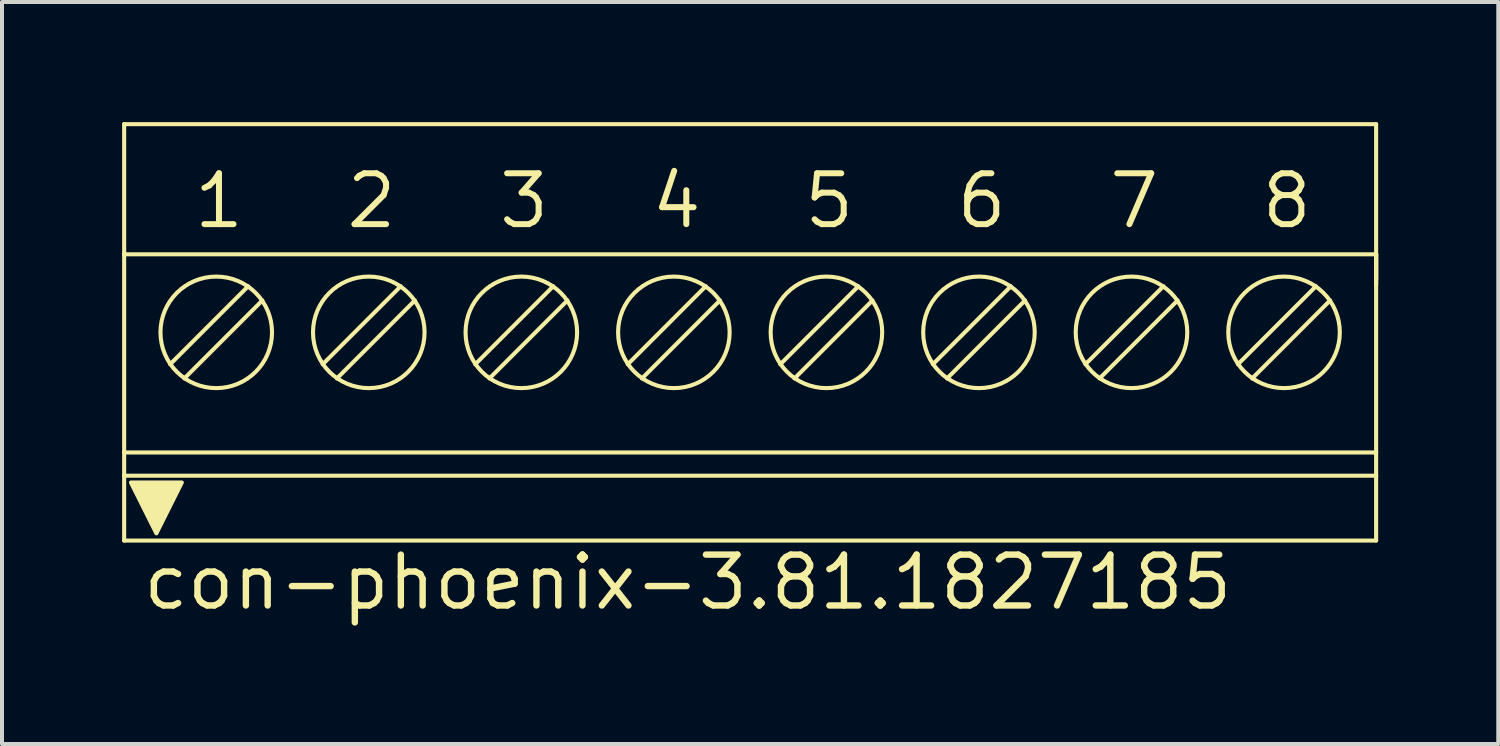
<source format=kicad_pcb>
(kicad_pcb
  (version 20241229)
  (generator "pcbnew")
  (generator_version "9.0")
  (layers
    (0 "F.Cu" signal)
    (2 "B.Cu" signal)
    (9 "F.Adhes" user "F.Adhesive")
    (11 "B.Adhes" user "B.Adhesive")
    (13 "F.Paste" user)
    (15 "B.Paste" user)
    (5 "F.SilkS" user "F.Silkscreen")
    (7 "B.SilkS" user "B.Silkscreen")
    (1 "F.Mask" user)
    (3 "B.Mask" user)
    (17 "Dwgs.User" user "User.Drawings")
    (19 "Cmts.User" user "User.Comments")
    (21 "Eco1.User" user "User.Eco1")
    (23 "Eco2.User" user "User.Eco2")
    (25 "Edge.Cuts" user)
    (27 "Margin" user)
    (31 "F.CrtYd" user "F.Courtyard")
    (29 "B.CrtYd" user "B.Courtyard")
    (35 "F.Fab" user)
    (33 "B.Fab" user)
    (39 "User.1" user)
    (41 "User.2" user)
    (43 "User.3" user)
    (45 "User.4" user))
  (footprint "con-phoenix-3.81.1827185"
    (layer "F.Cu")
    (at 15.686 5.251)
    (property "Reference" "con-phoenix-3.81.1827185" (at -15.24 6.985 0) (layer "F.SilkS") (effects (font (size 1.27 1.27) (thickness 0.16)) (justify left bottom)))
    (fp_line (start -15.635 -5.2) (end -15.635 -1.95) (stroke (width 0.102) (type default)) (layer "F.SilkS"))
    (fp_line (start -15.635 -1.95) (end -15.635 3) (stroke (width 0.102) (type default)) (layer "F.SilkS"))
    (fp_line (start -15.635 3) (end -15.635 3.58) (stroke (width 0.102) (type default)) (layer "F.SilkS"))
    (fp_line (start -15.635 3) (end 15.635 3) (stroke (width 0.102) (type default)) (layer "F.SilkS"))
    (fp_line (start -15.635 3.58) (end -15.635 5.2) (stroke (width 0.102) (type default)) (layer "F.SilkS"))
    (fp_line (start -15.635 3.58) (end 15.635 3.58) (stroke (width 0.102) (type default)) (layer "F.SilkS"))
    (fp_line (start -14.132 1.151) (end -12.184 -0.797) (stroke (width 0.102) (type default)) (layer "F.SilkS"))
    (fp_line (start -12.538 -1.151) (end -14.486 0.797) (stroke (width 0.102) (type default)) (layer "F.SilkS"))
    (fp_line (start -10.322 1.151) (end -8.374 -0.797) (stroke (width 0.102) (type default)) (layer "F.SilkS"))
    (fp_line (start -8.728 -1.151) (end -10.676 0.797) (stroke (width 0.102) (type default)) (layer "F.SilkS"))
    (fp_line (start -6.512 1.151) (end -4.564 -0.797) (stroke (width 0.102) (type default)) (layer "F.SilkS"))
    (fp_line (start -4.918 -1.151) (end -6.866 0.797) (stroke (width 0.102) (type default)) (layer "F.SilkS"))
    (fp_line (start -2.702 1.151) (end -0.754 -0.797) (stroke (width 0.102) (type default)) (layer "F.SilkS"))
    (fp_line (start -1.108 -1.151) (end -3.056 0.797) (stroke (width 0.102) (type default)) (layer "F.SilkS"))
    (fp_line (start 1.108 1.151) (end 3.056 -0.797) (stroke (width 0.102) (type default)) (layer "F.SilkS"))
    (fp_line (start 2.702 -1.151) (end 0.754 0.797) (stroke (width 0.102) (type default)) (layer "F.SilkS"))
    (fp_line (start 4.918 1.151) (end 6.866 -0.797) (stroke (width 0.102) (type default)) (layer "F.SilkS"))
    (fp_line (start 6.512 -1.151) (end 4.564 0.797) (stroke (width 0.102) (type default)) (layer "F.SilkS"))
    (fp_line (start 8.728 1.151) (end 10.676 -0.797) (stroke (width 0.102) (type default)) (layer "F.SilkS"))
    (fp_line (start 10.322 -1.151) (end 8.374 0.797) (stroke (width 0.102) (type default)) (layer "F.SilkS"))
    (fp_line (start 12.538 1.151) (end 14.486 -0.797) (stroke (width 0.102) (type default)) (layer "F.SilkS"))
    (fp_line (start 14.132 -1.151) (end 12.184 0.797) (stroke (width 0.102) (type default)) (layer "F.SilkS"))
    (fp_line (start 15.635 -5.2) (end -15.635 -5.2) (stroke (width 0.102) (type default)) (layer "F.SilkS"))
    (fp_line (start 15.635 -1.95) (end -15.635 -1.95) (stroke (width 0.102) (type default)) (layer "F.SilkS"))
    (fp_line (start 15.635 -1.95) (end 15.635 -5.2) (stroke (width 0.102) (type default)) (layer "F.SilkS"))
    (fp_line (start 15.635 -1.95) (end 15.635 -1.317) (stroke (width 0.102) (type default)) (layer "F.SilkS"))
    (fp_line (start 15.635 -1.95) (end 15.635 -1.186) (stroke (width 0.102) (type default)) (layer "F.SilkS"))
    (fp_line (start 15.635 3) (end 15.635 -1.95) (stroke (width 0.102) (type default)) (layer "F.SilkS"))
    (fp_line (start 15.635 3) (end 15.635 3.58) (stroke (width 0.102) (type default)) (layer "F.SilkS"))
    (fp_line (start 15.635 3.58) (end 15.635 5.2) (stroke (width 0.102) (type default)) (layer "F.SilkS"))
    (fp_line (start 15.635 5.2) (end -15.635 5.2) (stroke (width 0.102) (type default)) (layer "F.SilkS"))
    (fp_circle (center -13.335 0) (end -11.942 0) (stroke (width 0.102) (type default)) (fill no) (layer "F.SilkS"))
    (fp_circle (center -9.525 0) (end -8.132 0) (stroke (width 0.102) (type default)) (fill no) (layer "F.SilkS"))
    (fp_circle (center -5.715 0) (end -4.322 0) (stroke (width 0.102) (type default)) (fill no) (layer "F.SilkS"))
    (fp_circle (center -1.905 0) (end -0.512 0) (stroke (width 0.102) (type default)) (fill no) (layer "F.SilkS"))
    (fp_circle (center 1.905 0) (end 3.298 0) (stroke (width 0.102) (type default)) (fill no) (layer "F.SilkS"))
    (fp_circle (center 5.715 0) (end 7.108 0) (stroke (width 0.102) (type default)) (fill no) (layer "F.SilkS"))
    (fp_circle (center 9.525 0) (end 10.918 0) (stroke (width 0.102) (type default)) (fill no) (layer "F.SilkS"))
    (fp_circle (center 13.335 0) (end 14.728 0) (stroke (width 0.102) (type default)) (fill no) (layer "F.SilkS"))
    (fp_poly (pts (xy -14.83 5.02) (xy -15.465 3.75) (xy -14.195 3.75)) (stroke (width 0.102) (type default)) (fill yes) (layer "F.SilkS"))
    (fp_text user "5" (at 1.27 -2.54 0) (layer "F.SilkS") (effects (font (size 1.27 1.27) (thickness 0.15)) (justify left bottom)))
    (fp_text user "1" (at -13.97 -2.54 0) (layer "F.SilkS") (effects (font (size 1.27 1.27) (thickness 0.15)) (justify left bottom)))
    (fp_text user "2" (at -10.16 -2.54 0) (layer "F.SilkS") (effects (font (size 1.27 1.27) (thickness 0.15)) (justify left bottom)))
    (fp_text user "8" (at 12.7 -2.54 0) (layer "F.SilkS") (effects (font (size 1.27 1.27) (thickness 0.15)) (justify left bottom)))
    (fp_text user "7" (at 8.89 -2.54 0) (layer "F.SilkS") (effects (font (size 1.27 1.27) (thickness 0.15)) (justify left bottom)))
    (fp_text user "4" (at -2.54 -2.54 0) (layer "F.SilkS") (effects (font (size 1.27 1.27) (thickness 0.15)) (justify left bottom)))
    (fp_text user "3" (at -6.35 -2.54 0) (layer "F.SilkS") (effects (font (size 1.27 1.27) (thickness 0.15)) (justify left bottom)))
    (fp_text user "6" (at 5.08 -2.54 0) (layer "F.SilkS") (effects (font (size 1.27 1.27) (thickness 0.15)) (justify left bottom))))
  (gr_rect
    (start -3 -3)
    (end 34.372 15.533)
    (stroke (width 0.1) (type default))
    (fill no)
    (layer "Edge.Cuts")))
</source>
